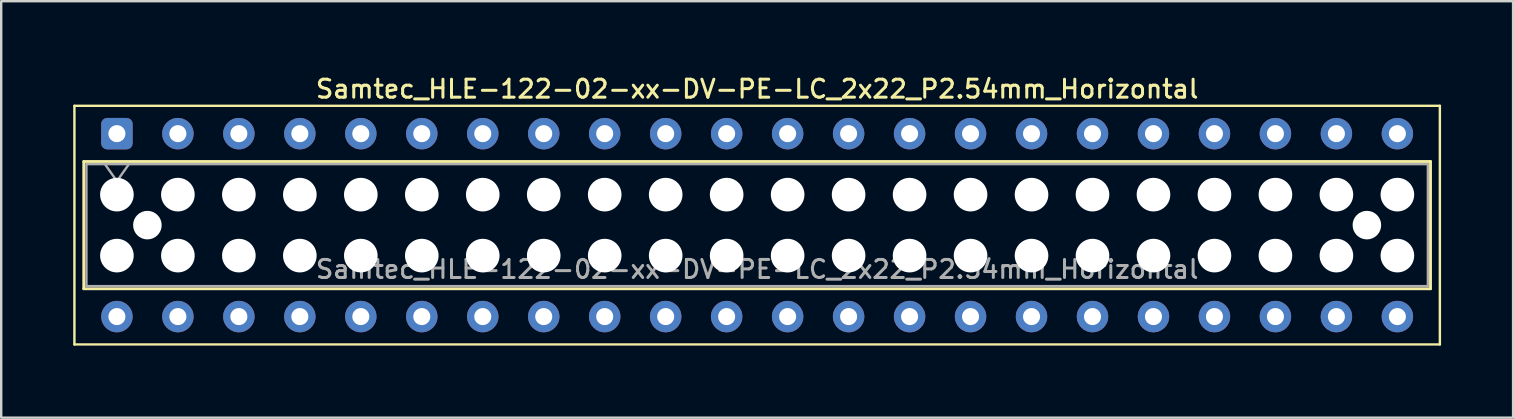
<source format=kicad_pcb>
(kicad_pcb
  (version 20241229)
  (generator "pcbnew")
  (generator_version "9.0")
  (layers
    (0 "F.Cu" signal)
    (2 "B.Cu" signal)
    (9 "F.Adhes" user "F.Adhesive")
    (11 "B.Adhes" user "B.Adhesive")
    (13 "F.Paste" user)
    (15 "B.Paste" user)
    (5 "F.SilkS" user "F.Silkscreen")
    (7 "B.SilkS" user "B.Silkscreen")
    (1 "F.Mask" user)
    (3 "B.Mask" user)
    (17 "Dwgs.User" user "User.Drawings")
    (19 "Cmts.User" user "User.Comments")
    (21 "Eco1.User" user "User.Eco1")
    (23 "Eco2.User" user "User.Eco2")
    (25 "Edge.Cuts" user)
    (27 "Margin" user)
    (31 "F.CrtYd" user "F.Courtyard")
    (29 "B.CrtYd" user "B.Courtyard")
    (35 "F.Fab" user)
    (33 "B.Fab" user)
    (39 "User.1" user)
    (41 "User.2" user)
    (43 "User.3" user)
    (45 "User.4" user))
  (footprint "Samtec_HLE-122-02-xx-DV-PE-LC_2x22_P2.54mm_Horizontal"
    (layer "F.Cu")
    (at 1.82 2.518)
    (property "Reference" "Samtec_HLE-122-02-xx-DV-PE-LC_2x22_P2.54mm_Horizontal" (at 26.67 -1.86 0) (layer "F.SilkS") (effects (font (size 0.75 0.75) (thickness 0.125))))
    (attr through_hole)
    (fp_line (start -1.77 -1.16) (end 55.11 -1.16) (stroke (width 0.1) (type solid)) (layer "F.SilkS"))
    (fp_line (start -1.77 8.78) (end -1.77 -1.16) (stroke (width 0.1) (type solid)) (layer "F.SilkS"))
    (fp_line (start -1.38 1.16) (end 54.72 1.16) (stroke (width 0.12) (type solid)) (layer "F.SilkS"))
    (fp_line (start -1.38 6.46) (end -1.38 1.16) (stroke (width 0.12) (type solid)) (layer "F.SilkS"))
    (fp_line (start 54.72 1.16) (end 54.72 6.46) (stroke (width 0.12) (type solid)) (layer "F.SilkS"))
    (fp_line (start 54.72 6.46) (end -1.38 6.46) (stroke (width 0.12) (type solid)) (layer "F.SilkS"))
    (fp_line (start 55.11 -1.16) (end 55.11 8.78) (stroke (width 0.1) (type solid)) (layer "F.SilkS"))
    (fp_line (start 55.11 8.78) (end -1.77 8.78) (stroke (width 0.1) (type solid)) (layer "F.SilkS"))
    (fp_line (start -1.27 1.27) (end 54.61 1.27) (stroke (width 0.1) (type solid)) (layer "F.Fab"))
    (fp_line (start -1.27 6.35) (end -1.27 1.27) (stroke (width 0.1) (type solid)) (layer "F.Fab"))
    (fp_line (start -0.5 1.27) (end 0 1.977) (stroke (width 0.1) (type solid)) (layer "F.Fab"))
    (fp_line (start 0 1.977) (end 0.5 1.27) (stroke (width 0.1) (type solid)) (layer "F.Fab"))
    (fp_line (start 54.61 1.27) (end 54.61 6.35) (stroke (width 0.1) (type solid)) (layer "F.Fab"))
    (fp_line (start 54.61 6.35) (end -1.27 6.35) (stroke (width 0.1) (type solid)) (layer "F.Fab"))
    (fp_text user "${REFERENCE}" (at 26.67 5.65 0) (layer "F.Fab") (effects (font (size 0.75 0.75) (thickness 0.125))))
    (pad "" np_thru_hole circle (at 0 2.54) (size 1.4 1.4) (drill 1.4) (layers "*.Cu" "*.Mask"))
    (pad "" np_thru_hole circle (at 0 5.08) (size 1.4 1.4) (drill 1.4) (layers "*.Cu" "*.Mask"))
    (pad "" np_thru_hole circle (at 1.27 3.81) (size 1.19 1.19) (drill 1.19) (layers "*.Cu" "*.Mask"))
    (pad "" np_thru_hole circle (at 2.54 2.54) (size 1.4 1.4) (drill 1.4) (layers "*.Cu" "*.Mask"))
    (pad "" np_thru_hole circle (at 2.54 5.08) (size 1.4 1.4) (drill 1.4) (layers "*.Cu" "*.Mask"))
    (pad "" np_thru_hole circle (at 5.08 2.54) (size 1.4 1.4) (drill 1.4) (layers "*.Cu" "*.Mask"))
    (pad "" np_thru_hole circle (at 5.08 5.08) (size 1.4 1.4) (drill 1.4) (layers "*.Cu" "*.Mask"))
    (pad "" np_thru_hole circle (at 7.62 2.54) (size 1.4 1.4) (drill 1.4) (layers "*.Cu" "*.Mask"))
    (pad "" np_thru_hole circle (at 7.62 5.08) (size 1.4 1.4) (drill 1.4) (layers "*.Cu" "*.Mask"))
    (pad "" np_thru_hole circle (at 10.16 2.54) (size 1.4 1.4) (drill 1.4) (layers "*.Cu" "*.Mask"))
    (pad "" np_thru_hole circle (at 10.16 5.08) (size 1.4 1.4) (drill 1.4) (layers "*.Cu" "*.Mask"))
    (pad "" np_thru_hole circle (at 12.7 2.54) (size 1.4 1.4) (drill 1.4) (layers "*.Cu" "*.Mask"))
    (pad "" np_thru_hole circle (at 12.7 5.08) (size 1.4 1.4) (drill 1.4) (layers "*.Cu" "*.Mask"))
    (pad "" np_thru_hole circle (at 15.24 2.54) (size 1.4 1.4) (drill 1.4) (layers "*.Cu" "*.Mask"))
    (pad "" np_thru_hole circle (at 15.24 5.08) (size 1.4 1.4) (drill 1.4) (layers "*.Cu" "*.Mask"))
    (pad "" np_thru_hole circle (at 17.78 2.54) (size 1.4 1.4) (drill 1.4) (layers "*.Cu" "*.Mask"))
    (pad "" np_thru_hole circle (at 17.78 5.08) (size 1.4 1.4) (drill 1.4) (layers "*.Cu" "*.Mask"))
    (pad "" np_thru_hole circle (at 20.32 2.54) (size 1.4 1.4) (drill 1.4) (layers "*.Cu" "*.Mask"))
    (pad "" np_thru_hole circle (at 20.32 5.08) (size 1.4 1.4) (drill 1.4) (layers "*.Cu" "*.Mask"))
    (pad "" np_thru_hole circle (at 22.86 2.54) (size 1.4 1.4) (drill 1.4) (layers "*.Cu" "*.Mask"))
    (pad "" np_thru_hole circle (at 22.86 5.08) (size 1.4 1.4) (drill 1.4) (layers "*.Cu" "*.Mask"))
    (pad "" np_thru_hole circle (at 25.4 2.54) (size 1.4 1.4) (drill 1.4) (layers "*.Cu" "*.Mask"))
    (pad "" np_thru_hole circle (at 25.4 5.08) (size 1.4 1.4) (drill 1.4) (layers "*.Cu" "*.Mask"))
    (pad "" np_thru_hole circle (at 27.94 2.54) (size 1.4 1.4) (drill 1.4) (layers "*.Cu" "*.Mask"))
    (pad "" np_thru_hole circle (at 27.94 5.08) (size 1.4 1.4) (drill 1.4) (layers "*.Cu" "*.Mask"))
    (pad "" np_thru_hole circle (at 30.48 2.54) (size 1.4 1.4) (drill 1.4) (layers "*.Cu" "*.Mask"))
    (pad "" np_thru_hole circle (at 30.48 5.08) (size 1.4 1.4) (drill 1.4) (layers "*.Cu" "*.Mask"))
    (pad "" np_thru_hole circle (at 33.02 2.54) (size 1.4 1.4) (drill 1.4) (layers "*.Cu" "*.Mask"))
    (pad "" np_thru_hole circle (at 33.02 5.08) (size 1.4 1.4) (drill 1.4) (layers "*.Cu" "*.Mask"))
    (pad "" np_thru_hole circle (at 35.56 2.54) (size 1.4 1.4) (drill 1.4) (layers "*.Cu" "*.Mask"))
    (pad "" np_thru_hole circle (at 35.56 5.08) (size 1.4 1.4) (drill 1.4) (layers "*.Cu" "*.Mask"))
    (pad "" np_thru_hole circle (at 38.1 2.54) (size 1.4 1.4) (drill 1.4) (layers "*.Cu" "*.Mask"))
    (pad "" np_thru_hole circle (at 38.1 5.08) (size 1.4 1.4) (drill 1.4) (layers "*.Cu" "*.Mask"))
    (pad "" np_thru_hole circle (at 40.64 2.54) (size 1.4 1.4) (drill 1.4) (layers "*.Cu" "*.Mask"))
    (pad "" np_thru_hole circle (at 40.64 5.08) (size 1.4 1.4) (drill 1.4) (layers "*.Cu" "*.Mask"))
    (pad "" np_thru_hole circle (at 43.18 2.54) (size 1.4 1.4) (drill 1.4) (layers "*.Cu" "*.Mask"))
    (pad "" np_thru_hole circle (at 43.18 5.08) (size 1.4 1.4) (drill 1.4) (layers "*.Cu" "*.Mask"))
    (pad "" np_thru_hole circle (at 45.72 2.54) (size 1.4 1.4) (drill 1.4) (layers "*.Cu" "*.Mask"))
    (pad "" np_thru_hole circle (at 45.72 5.08) (size 1.4 1.4) (drill 1.4) (layers "*.Cu" "*.Mask"))
    (pad "" np_thru_hole circle (at 48.26 2.54) (size 1.4 1.4) (drill 1.4) (layers "*.Cu" "*.Mask"))
    (pad "" np_thru_hole circle (at 48.26 5.08) (size 1.4 1.4) (drill 1.4) (layers "*.Cu" "*.Mask"))
    (pad "" np_thru_hole circle (at 50.8 2.54) (size 1.4 1.4) (drill 1.4) (layers "*.Cu" "*.Mask"))
    (pad "" np_thru_hole circle (at 50.8 5.08) (size 1.4 1.4) (drill 1.4) (layers "*.Cu" "*.Mask"))
    (pad "" np_thru_hole circle (at 52.07 3.81) (size 1.19 1.19) (drill 1.19) (layers "*.Cu" "*.Mask"))
    (pad "" np_thru_hole circle (at 53.34 2.54) (size 1.4 1.4) (drill 1.4) (layers "*.Cu" "*.Mask"))
    (pad "" np_thru_hole circle (at 53.34 5.08) (size 1.4 1.4) (drill 1.4) (layers "*.Cu" "*.Mask"))
    (pad "1" thru_hole roundrect (at 0 0) (size 1.31 1.31) (drill 0.71) (layers "*.Cu" "*.Mask") (roundrect_rratio 0.191))
    (pad "2" thru_hole circle (at 0 7.62) (size 1.31 1.31) (drill 0.71) (layers "*.Cu" "*.Mask"))
    (pad "3" thru_hole circle (at 2.54 0) (size 1.31 1.31) (drill 0.71) (layers "*.Cu" "*.Mask"))
    (pad "4" thru_hole circle (at 2.54 7.62) (size 1.31 1.31) (drill 0.71) (layers "*.Cu" "*.Mask"))
    (pad "5" thru_hole circle (at 5.08 0) (size 1.31 1.31) (drill 0.71) (layers "*.Cu" "*.Mask"))
    (pad "6" thru_hole circle (at 5.08 7.62) (size 1.31 1.31) (drill 0.71) (layers "*.Cu" "*.Mask"))
    (pad "7" thru_hole circle (at 7.62 0) (size 1.31 1.31) (drill 0.71) (layers "*.Cu" "*.Mask"))
    (pad "8" thru_hole circle (at 7.62 7.62) (size 1.31 1.31) (drill 0.71) (layers "*.Cu" "*.Mask"))
    (pad "9" thru_hole circle (at 10.16 0) (size 1.31 1.31) (drill 0.71) (layers "*.Cu" "*.Mask"))
    (pad "10" thru_hole circle (at 10.16 7.62) (size 1.31 1.31) (drill 0.71) (layers "*.Cu" "*.Mask"))
    (pad "11" thru_hole circle (at 12.7 0) (size 1.31 1.31) (drill 0.71) (layers "*.Cu" "*.Mask"))
    (pad "12" thru_hole circle (at 12.7 7.62) (size 1.31 1.31) (drill 0.71) (layers "*.Cu" "*.Mask"))
    (pad "13" thru_hole circle (at 15.24 0) (size 1.31 1.31) (drill 0.71) (layers "*.Cu" "*.Mask"))
    (pad "14" thru_hole circle (at 15.24 7.62) (size 1.31 1.31) (drill 0.71) (layers "*.Cu" "*.Mask"))
    (pad "15" thru_hole circle (at 17.78 0) (size 1.31 1.31) (drill 0.71) (layers "*.Cu" "*.Mask"))
    (pad "16" thru_hole circle (at 17.78 7.62) (size 1.31 1.31) (drill 0.71) (layers "*.Cu" "*.Mask"))
    (pad "17" thru_hole circle (at 20.32 0) (size 1.31 1.31) (drill 0.71) (layers "*.Cu" "*.Mask"))
    (pad "18" thru_hole circle (at 20.32 7.62) (size 1.31 1.31) (drill 0.71) (layers "*.Cu" "*.Mask"))
    (pad "19" thru_hole circle (at 22.86 0) (size 1.31 1.31) (drill 0.71) (layers "*.Cu" "*.Mask"))
    (pad "20" thru_hole circle (at 22.86 7.62) (size 1.31 1.31) (drill 0.71) (layers "*.Cu" "*.Mask"))
    (pad "21" thru_hole circle (at 25.4 0) (size 1.31 1.31) (drill 0.71) (layers "*.Cu" "*.Mask"))
    (pad "22" thru_hole circle (at 25.4 7.62) (size 1.31 1.31) (drill 0.71) (layers "*.Cu" "*.Mask"))
    (pad "23" thru_hole circle (at 27.94 0) (size 1.31 1.31) (drill 0.71) (layers "*.Cu" "*.Mask"))
    (pad "24" thru_hole circle (at 27.94 7.62) (size 1.31 1.31) (drill 0.71) (layers "*.Cu" "*.Mask"))
    (pad "25" thru_hole circle (at 30.48 0) (size 1.31 1.31) (drill 0.71) (layers "*.Cu" "*.Mask"))
    (pad "26" thru_hole circle (at 30.48 7.62) (size 1.31 1.31) (drill 0.71) (layers "*.Cu" "*.Mask"))
    (pad "27" thru_hole circle (at 33.02 0) (size 1.31 1.31) (drill 0.71) (layers "*.Cu" "*.Mask"))
    (pad "28" thru_hole circle (at 33.02 7.62) (size 1.31 1.31) (drill 0.71) (layers "*.Cu" "*.Mask"))
    (pad "29" thru_hole circle (at 35.56 0) (size 1.31 1.31) (drill 0.71) (layers "*.Cu" "*.Mask"))
    (pad "30" thru_hole circle (at 35.56 7.62) (size 1.31 1.31) (drill 0.71) (layers "*.Cu" "*.Mask"))
    (pad "31" thru_hole circle (at 38.1 0) (size 1.31 1.31) (drill 0.71) (layers "*.Cu" "*.Mask"))
    (pad "32" thru_hole circle (at 38.1 7.62) (size 1.31 1.31) (drill 0.71) (layers "*.Cu" "*.Mask"))
    (pad "33" thru_hole circle (at 40.64 0) (size 1.31 1.31) (drill 0.71) (layers "*.Cu" "*.Mask"))
    (pad "34" thru_hole circle (at 40.64 7.62) (size 1.31 1.31) (drill 0.71) (layers "*.Cu" "*.Mask"))
    (pad "35" thru_hole circle (at 43.18 0) (size 1.31 1.31) (drill 0.71) (layers "*.Cu" "*.Mask"))
    (pad "36" thru_hole circle (at 43.18 7.62) (size 1.31 1.31) (drill 0.71) (layers "*.Cu" "*.Mask"))
    (pad "37" thru_hole circle (at 45.72 0) (size 1.31 1.31) (drill 0.71) (layers "*.Cu" "*.Mask"))
    (pad "38" thru_hole circle (at 45.72 7.62) (size 1.31 1.31) (drill 0.71) (layers "*.Cu" "*.Mask"))
    (pad "39" thru_hole circle (at 48.26 0) (size 1.31 1.31) (drill 0.71) (layers "*.Cu" "*.Mask"))
    (pad "40" thru_hole circle (at 48.26 7.62) (size 1.31 1.31) (drill 0.71) (layers "*.Cu" "*.Mask"))
    (pad "41" thru_hole circle (at 50.8 0) (size 1.31 1.31) (drill 0.71) (layers "*.Cu" "*.Mask"))
    (pad "42" thru_hole circle (at 50.8 7.62) (size 1.31 1.31) (drill 0.71) (layers "*.Cu" "*.Mask"))
    (pad "43" thru_hole circle (at 53.34 0) (size 1.31 1.31) (drill 0.71) (layers "*.Cu" "*.Mask"))
    (pad "44" thru_hole circle (at 53.34 7.62) (size 1.31 1.31) (drill 0.71) (layers "*.Cu" "*.Mask")))
  (gr_rect
    (start -3 -3)
    (end 59.98 14.348)
    (stroke (width 0.1) (type default))
    (fill no)
    (layer "Edge.Cuts")))
</source>
